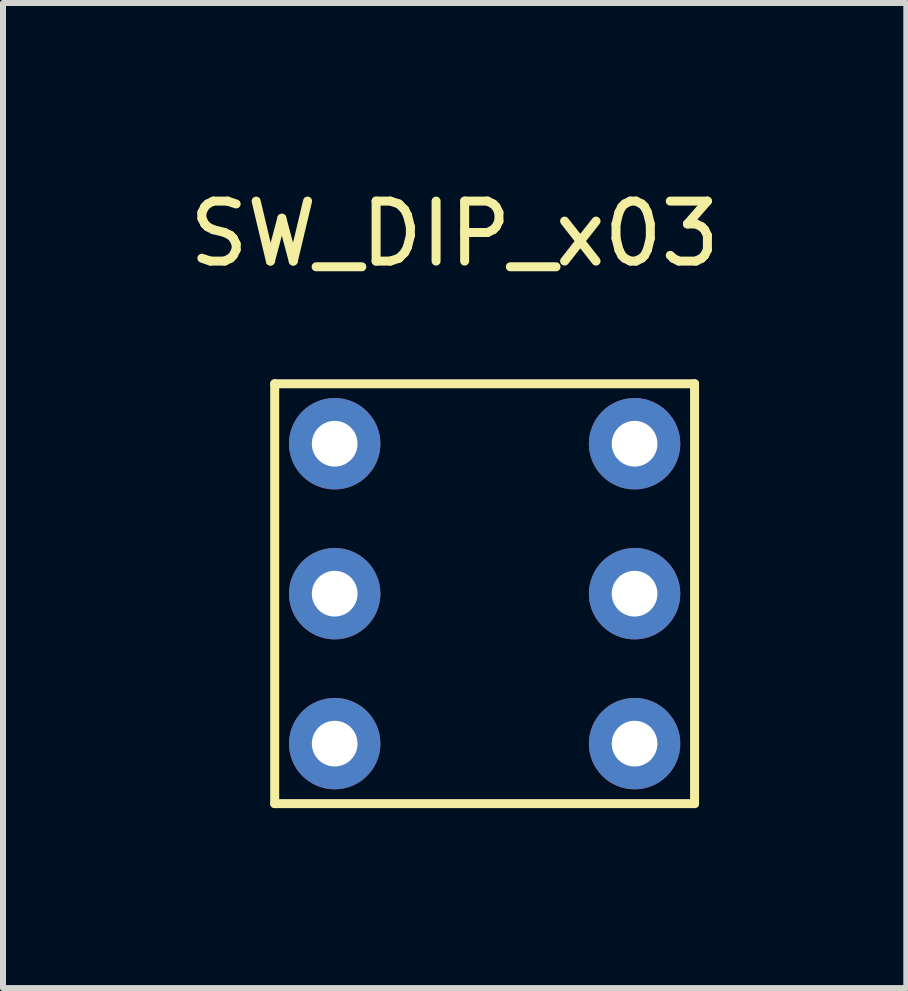
<source format=kicad_pcb>
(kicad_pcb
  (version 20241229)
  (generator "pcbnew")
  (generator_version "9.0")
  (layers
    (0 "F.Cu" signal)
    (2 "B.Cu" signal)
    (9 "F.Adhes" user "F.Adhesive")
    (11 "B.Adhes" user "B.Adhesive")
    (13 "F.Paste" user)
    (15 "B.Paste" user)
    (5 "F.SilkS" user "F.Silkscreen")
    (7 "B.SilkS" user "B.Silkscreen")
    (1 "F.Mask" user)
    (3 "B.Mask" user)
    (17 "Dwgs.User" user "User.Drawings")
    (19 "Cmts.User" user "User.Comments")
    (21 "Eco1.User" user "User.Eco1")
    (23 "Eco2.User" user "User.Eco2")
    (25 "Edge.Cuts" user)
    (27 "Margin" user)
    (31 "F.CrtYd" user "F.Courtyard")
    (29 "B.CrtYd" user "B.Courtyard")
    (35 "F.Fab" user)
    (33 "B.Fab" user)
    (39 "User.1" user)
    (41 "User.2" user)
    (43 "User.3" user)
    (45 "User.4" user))
  (footprint "SW_DIP_x03"
    (layer "F.Cu")
    (at 4.53 0.348)
    (property "Reference" "SW_DIP_x03" (at 0 0.5 0) (layer "F.SilkS") (effects (font (size 1 1) (thickness 0.15))))
    (attr through_hole)
    (fp_line (start -3 3) (end 4 3) (stroke (width 0.15) (type solid)) (layer "F.SilkS"))
    (fp_line (start -3 10) (end -3 3) (stroke (width 0.15) (type solid)) (layer "F.SilkS"))
    (fp_line (start 4 3) (end 4 10) (stroke (width 0.15) (type solid)) (layer "F.SilkS"))
    (fp_line (start 4 10) (end -3 10) (stroke (width 0.15) (type solid)) (layer "F.SilkS"))
    (pad "1" thru_hole circle (at -2 4) (size 1.524 1.524) (drill 0.762) (layers "*.Cu" "*.Mask"))
    (pad "2" thru_hole circle (at 3 4) (size 1.524 1.524) (drill 0.762) (layers "*.Cu" "*.Mask"))
    (pad "3" thru_hole circle (at -2 6.5) (size 1.524 1.524) (drill 0.762) (layers "*.Cu" "*.Mask"))
    (pad "4" thru_hole circle (at 3 6.5) (size 1.524 1.524) (drill 0.762) (layers "*.Cu" "*.Mask"))
    (pad "5" thru_hole circle (at -2 9) (size 1.524 1.524) (drill 0.762) (layers "*.Cu" "*.Mask"))
    (pad "6" thru_hole circle (at 3 9) (size 1.524 1.524) (drill 0.762) (layers "*.Cu" "*.Mask")))
  (gr_rect
    (start -3 -3)
    (end 12.06 13.423)
    (stroke (width 0.1) (type default))
    (fill no)
    (layer "Edge.Cuts")))
</source>
